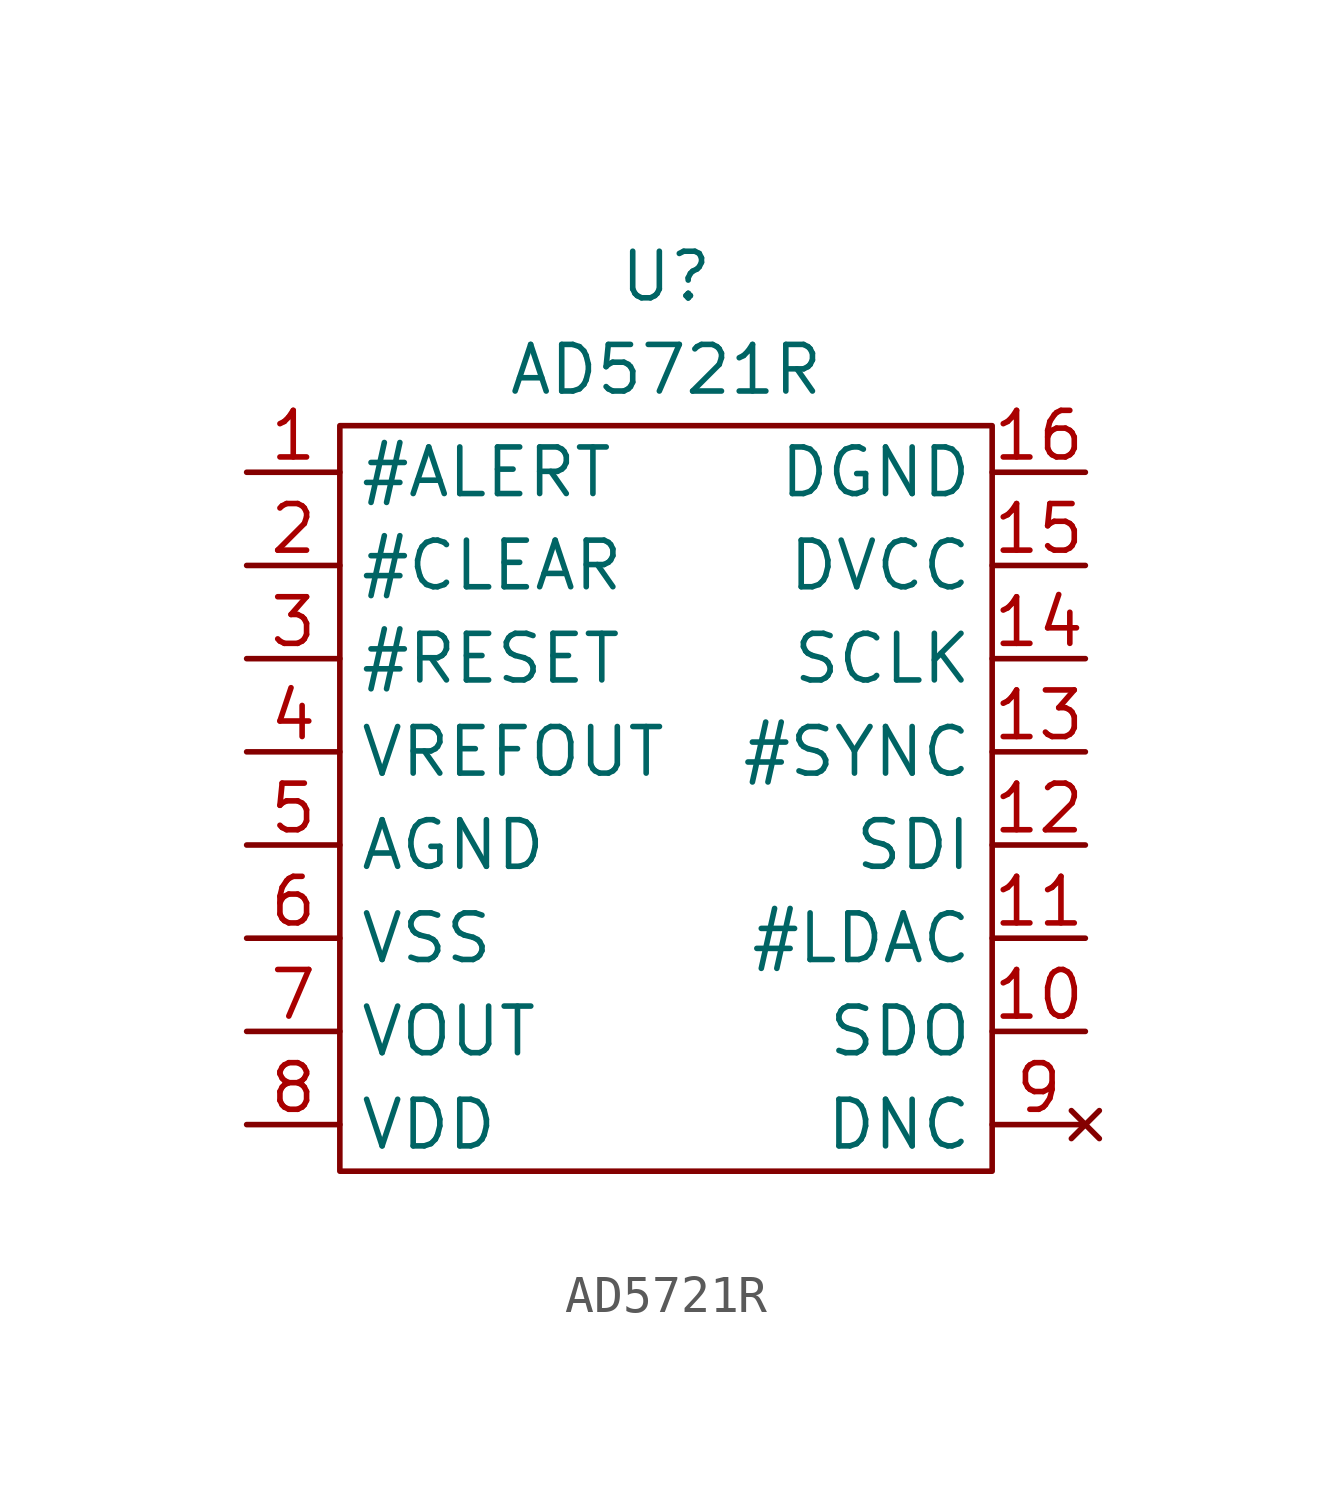
<source format=kicad_sym>
(kicad_symbol_lib
  (version 20231120)
  (generator "kicad_symbol_editor")
  (generator_version "8.0")
  (symbol "AD5721R"
    (property "Reference" "U"
      (at 0 5.334 0)
      (effects (font (size 1.27 1.27))))
    (property "Value" "AD5721R"
      (at 0 2.794 0)
      (effects (font (size 1.27 1.27))))
    (symbol "AD5721R_0_1"
      (rectangle (start -8.89 1.27) (end 8.89 -19.05) (stroke (width 0) (type default)) (fill (type none))))
    (symbol "AD5721R_1_1"
      (pin output line (at -11.43 0 0) (length 2.54) (name "#ALERT" (effects (font (size 1.27 1.27)))) (number "1" (effects (font (size 1.27 1.27)))))
      (pin output line (at 11.43 -15.24 180) (length 2.54) (name "SDO" (effects (font (size 1.27 1.27)))) (number "10" (effects (font (size 1.27 1.27)))))
      (pin input line (at 11.43 -12.7 180) (length 2.54) (name "#LDAC" (effects (font (size 1.27 1.27)))) (number "11" (effects (font (size 1.27 1.27)))))
      (pin input line (at 11.43 -10.16 180) (length 2.54) (name "SDI" (effects (font (size 1.27 1.27)))) (number "12" (effects (font (size 1.27 1.27)))))
      (pin input line (at 11.43 -7.62 180) (length 2.54) (name "#SYNC" (effects (font (size 1.27 1.27)))) (number "13" (effects (font (size 1.27 1.27)))))
      (pin input line (at 11.43 -5.08 180) (length 2.54) (name "SCLK" (effects (font (size 1.27 1.27)))) (number "14" (effects (font (size 1.27 1.27)))))
      (pin power_in line (at 11.43 -2.54 180) (length 2.54) (name "DVCC" (effects (font (size 1.27 1.27)))) (number "15" (effects (font (size 1.27 1.27)))))
      (pin power_in line (at 11.43 0 180) (length 2.54) (name "DGND" (effects (font (size 1.27 1.27)))) (number "16" (effects (font (size 1.27 1.27)))))
      (pin input line (at -11.43 -2.54 0) (length 2.54) (name "#CLEAR" (effects (font (size 1.27 1.27)))) (number "2" (effects (font (size 1.27 1.27)))))
      (pin input line (at -11.43 -5.08 0) (length 2.54) (name "#RESET" (effects (font (size 1.27 1.27)))) (number "3" (effects (font (size 1.27 1.27)))))
      (pin output line (at -11.43 -7.62 0) (length 2.54) (name "VREFOUT" (effects (font (size 1.27 1.27)))) (number "4" (effects (font (size 1.27 1.27)))))
      (pin power_in line (at -11.43 -10.16 0) (length 2.54) (name "AGND" (effects (font (size 1.27 1.27)))) (number "5" (effects (font (size 1.27 1.27)))))
      (pin power_in line (at -11.43 -12.7 0) (length 2.54) (name "VSS" (effects (font (size 1.27 1.27)))) (number "6" (effects (font (size 1.27 1.27)))))
      (pin output line (at -11.43 -15.24 0) (length 2.54) (name "VOUT" (effects (font (size 1.27 1.27)))) (number "7" (effects (font (size 1.27 1.27)))))
      (pin power_in line (at -11.43 -17.78 0) (length 2.54) (name "VDD" (effects (font (size 1.27 1.27)))) (number "8" (effects (font (size 1.27 1.27)))))
      (pin no_connect line (at 11.43 -17.78 180) (length 2.54) (name "DNC" (effects (font (size 1.27 1.27)))) (number "9" (effects (font (size 1.27 1.27))))))))
</source>
